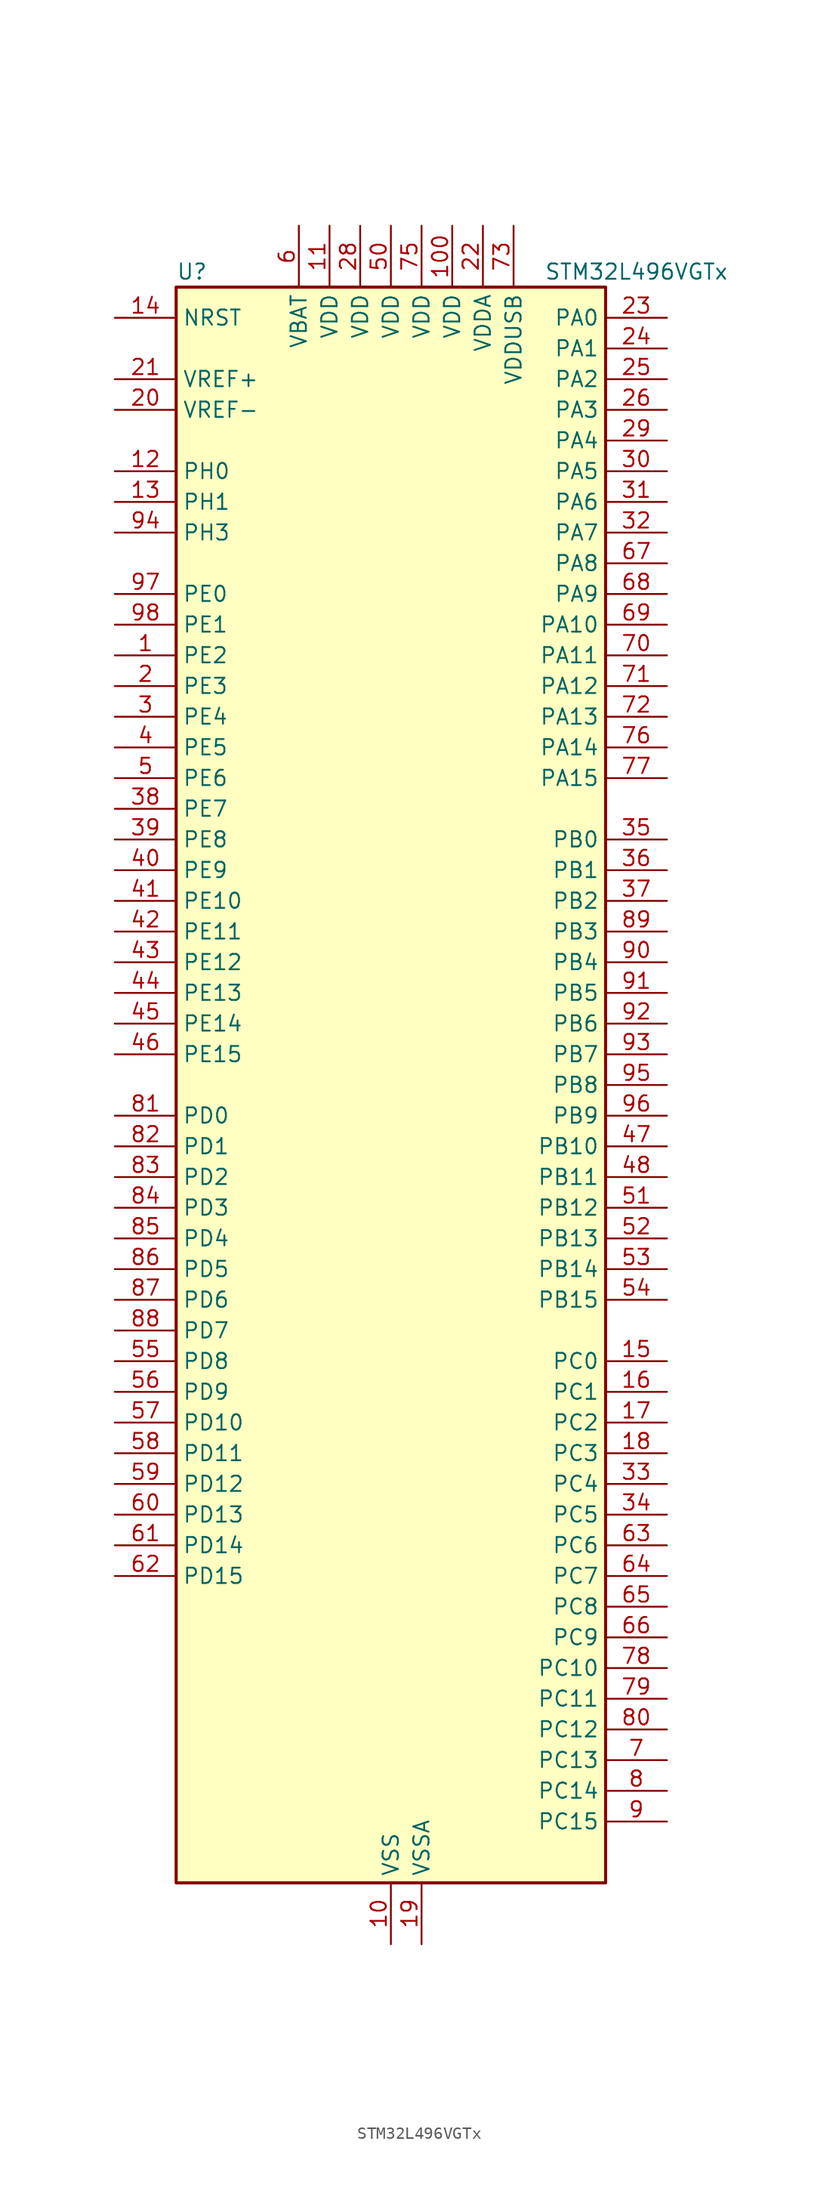
<source format=kicad_sym>
(kicad_symbol_lib
  (version 20231120)
  (generator "kicad_symbol_editor")
  (generator_version "8.0")
  (symbol "STM32L496VGTx"
    (property "Reference" "U"
      (at -17.78 67.31 0)
      (effects (font (size 1.27 1.27)) (justify left)))
    (property "Value" "STM32L496VGTx"
      (at 12.7 67.31 0)
      (effects (font (size 1.27 1.27)) (justify left)))
    (property "ki_locked" ""
      (at 0 0 0)
      (effects (font (size 1.27 1.27))))
    (symbol "STM32L496VGTx_0_1"
      (rectangle (start -17.78 -66.04) (end 17.78 66.04) (stroke (width 0.254) (type default)) (fill (type background))))
    (symbol "STM32L496VGTx_1_1"
      (pin bidirectional line (at -22.86 35.56 0) (length 5.08) (name "PE2" (effects (font (size 1.27 1.27)))) (number "1" (effects (font (size 1.27 1.27)))) (alternate "FMC_A23" bidirectional line) (alternate "LCD_SEG38" bidirectional line) (alternate "SAI1_MCLK_A" bidirectional line) (alternate "SYS_TRACECLK" bidirectional line) (alternate "TIM3_ETR" bidirectional line) (alternate "TSC_G7_IO1" bidirectional line))
      (pin power_in line (at 0 -71.12 90) (length 5.08) (name "VSS" (effects (font (size 1.27 1.27)))) (number "10" (effects (font (size 1.27 1.27)))))
      (pin power_in line (at 5.08 71.12 270) (length 5.08) (name "VDD" (effects (font (size 1.27 1.27)))) (number "100" (effects (font (size 1.27 1.27)))))
      (pin power_in line (at -5.08 71.12 270) (length 5.08) (name "VDD" (effects (font (size 1.27 1.27)))) (number "11" (effects (font (size 1.27 1.27)))))
      (pin bidirectional line (at -22.86 50.8 0) (length 5.08) (name "PH0" (effects (font (size 1.27 1.27)))) (number "12" (effects (font (size 1.27 1.27)))) (alternate "RCC_OSC_IN" bidirectional line))
      (pin bidirectional line (at -22.86 48.26 0) (length 5.08) (name "PH1" (effects (font (size 1.27 1.27)))) (number "13" (effects (font (size 1.27 1.27)))) (alternate "RCC_OSC_OUT" bidirectional line))
      (pin input line (at -22.86 63.5 0) (length 5.08) (name "NRST" (effects (font (size 1.27 1.27)))) (number "14" (effects (font (size 1.27 1.27)))))
      (pin bidirectional line (at 22.86 -22.86 180) (length 5.08) (name "PC0" (effects (font (size 1.27 1.27)))) (number "15" (effects (font (size 1.27 1.27)))) (alternate "ADC1_IN1" bidirectional line) (alternate "ADC2_IN1" bidirectional line) (alternate "ADC3_IN1" bidirectional line) (alternate "DFSDM1_DATIN4" bidirectional line) (alternate "I2C3_SCL" bidirectional line) (alternate "I2C4_SCL" bidirectional line) (alternate "LCD_SEG18" bidirectional line) (alternate "LPTIM1_IN1" bidirectional line) (alternate "LPTIM2_IN1" bidirectional line) (alternate "LPUART1_RX" bidirectional line))
      (pin bidirectional line (at 22.86 -25.4 180) (length 5.08) (name "PC1" (effects (font (size 1.27 1.27)))) (number "16" (effects (font (size 1.27 1.27)))) (alternate "ADC1_IN2" bidirectional line) (alternate "ADC2_IN2" bidirectional line) (alternate "ADC3_IN2" bidirectional line) (alternate "DFSDM1_CKIN4" bidirectional line) (alternate "I2C3_SDA" bidirectional line) (alternate "I2C4_SDA" bidirectional line) (alternate "LCD_SEG19" bidirectional line) (alternate "LPTIM1_OUT" bidirectional line) (alternate "LPUART1_TX" bidirectional line) (alternate "QUADSPI_BK2_IO0" bidirectional line) (alternate "SAI1_SD_A" bidirectional line) (alternate "SPI2_MOSI" bidirectional line) (alternate "SYS_TRACED0" bidirectional line))
      (pin bidirectional line (at 22.86 -27.94 180) (length 5.08) (name "PC2" (effects (font (size 1.27 1.27)))) (number "17" (effects (font (size 1.27 1.27)))) (alternate "ADC1_IN3" bidirectional line) (alternate "ADC2_IN3" bidirectional line) (alternate "ADC3_IN3" bidirectional line) (alternate "DFSDM1_CKOUT" bidirectional line) (alternate "LCD_SEG20" bidirectional line) (alternate "LPTIM1_IN2" bidirectional line) (alternate "QUADSPI_BK2_IO1" bidirectional line) (alternate "SPI2_MISO" bidirectional line))
      (pin bidirectional line (at 22.86 -30.48 180) (length 5.08) (name "PC3" (effects (font (size 1.27 1.27)))) (number "18" (effects (font (size 1.27 1.27)))) (alternate "ADC1_IN4" bidirectional line) (alternate "ADC2_IN4" bidirectional line) (alternate "ADC3_IN4" bidirectional line) (alternate "LCD_VLCD" bidirectional line) (alternate "LPTIM1_ETR" bidirectional line) (alternate "LPTIM2_ETR" bidirectional line) (alternate "QUADSPI_BK2_IO2" bidirectional line) (alternate "SAI1_SD_A" bidirectional line) (alternate "SPI2_MOSI" bidirectional line))
      (pin power_in line (at 2.54 -71.12 90) (length 5.08) (name "VSSA" (effects (font (size 1.27 1.27)))) (number "19" (effects (font (size 1.27 1.27)))))
      (pin bidirectional line (at -22.86 33.02 0) (length 5.08) (name "PE3" (effects (font (size 1.27 1.27)))) (number "2" (effects (font (size 1.27 1.27)))) (alternate "FMC_A19" bidirectional line) (alternate "LCD_SEG39" bidirectional line) (alternate "SAI1_SD_B" bidirectional line) (alternate "SYS_TRACED0" bidirectional line) (alternate "TIM3_CH1" bidirectional line) (alternate "TSC_G7_IO2" bidirectional line))
      (pin input line (at -22.86 55.88 0) (length 5.08) (name "VREF-" (effects (font (size 1.27 1.27)))) (number "20" (effects (font (size 1.27 1.27)))))
      (pin input line (at -22.86 58.42 0) (length 5.08) (name "VREF+" (effects (font (size 1.27 1.27)))) (number "21" (effects (font (size 1.27 1.27)))) (alternate "VREFBUF_OUT" bidirectional line))
      (pin power_in line (at 7.62 71.12 270) (length 5.08) (name "VDDA" (effects (font (size 1.27 1.27)))) (number "22" (effects (font (size 1.27 1.27)))))
      (pin bidirectional line (at 22.86 63.5 180) (length 5.08) (name "PA0" (effects (font (size 1.27 1.27)))) (number "23" (effects (font (size 1.27 1.27)))) (alternate "ADC1_IN5" bidirectional line) (alternate "ADC2_IN5" bidirectional line) (alternate "OPAMP1_VINP" bidirectional line) (alternate "RTC_TAMP2" bidirectional line) (alternate "SAI1_EXTCLK" bidirectional line) (alternate "SYS_WKUP1" bidirectional line) (alternate "TIM2_CH1" bidirectional line) (alternate "TIM2_ETR" bidirectional line) (alternate "TIM5_CH1" bidirectional line) (alternate "TIM8_ETR" bidirectional line) (alternate "UART4_TX" bidirectional line) (alternate "USART2_CTS" bidirectional line))
      (pin bidirectional line (at 22.86 60.96 180) (length 5.08) (name "PA1" (effects (font (size 1.27 1.27)))) (number "24" (effects (font (size 1.27 1.27)))) (alternate "ADC1_IN6" bidirectional line) (alternate "ADC2_IN6" bidirectional line) (alternate "I2C1_SMBA" bidirectional line) (alternate "LCD_SEG0" bidirectional line) (alternate "OPAMP1_VINM" bidirectional line) (alternate "SPI1_SCK" bidirectional line) (alternate "TIM15_CH1N" bidirectional line) (alternate "TIM2_CH2" bidirectional line) (alternate "TIM5_CH2" bidirectional line) (alternate "UART4_RX" bidirectional line) (alternate "USART2_DE" bidirectional line) (alternate "USART2_RTS" bidirectional line))
      (pin bidirectional line (at 22.86 58.42 180) (length 5.08) (name "PA2" (effects (font (size 1.27 1.27)))) (number "25" (effects (font (size 1.27 1.27)))) (alternate "ADC1_IN7" bidirectional line) (alternate "ADC2_IN7" bidirectional line) (alternate "LCD_SEG1" bidirectional line) (alternate "LPUART1_TX" bidirectional line) (alternate "QUADSPI_BK1_NCS" bidirectional line) (alternate "RCC_LSCO" bidirectional line) (alternate "SAI2_EXTCLK" bidirectional line) (alternate "SYS_WKUP4" bidirectional line) (alternate "TIM15_CH1" bidirectional line) (alternate "TIM2_CH3" bidirectional line) (alternate "TIM5_CH3" bidirectional line) (alternate "USART2_TX" bidirectional line))
      (pin bidirectional line (at 22.86 55.88 180) (length 5.08) (name "PA3" (effects (font (size 1.27 1.27)))) (number "26" (effects (font (size 1.27 1.27)))) (alternate "ADC1_IN8" bidirectional line) (alternate "ADC2_IN8" bidirectional line) (alternate "LCD_SEG2" bidirectional line) (alternate "LPUART1_RX" bidirectional line) (alternate "OPAMP1_VOUT" bidirectional line) (alternate "QUADSPI_CLK" bidirectional line) (alternate "SAI1_MCLK_A" bidirectional line) (alternate "TIM15_CH2" bidirectional line) (alternate "TIM2_CH4" bidirectional line) (alternate "TIM5_CH4" bidirectional line) (alternate "USART2_RX" bidirectional line))
      (pin passive line (at 0 -71.12 90) (length 5.08) hide (name "VSS" (effects (font (size 1.27 1.27)))) (number "27" (effects (font (size 1.27 1.27)))))
      (pin power_in line (at -2.54 71.12 270) (length 5.08) (name "VDD" (effects (font (size 1.27 1.27)))) (number "28" (effects (font (size 1.27 1.27)))))
      (pin bidirectional line (at 22.86 53.34 180) (length 5.08) (name "PA4" (effects (font (size 1.27 1.27)))) (number "29" (effects (font (size 1.27 1.27)))) (alternate "ADC1_IN9" bidirectional line) (alternate "ADC2_IN9" bidirectional line) (alternate "DAC1_OUT1" bidirectional line) (alternate "DCMI_HSYNC" bidirectional line) (alternate "LPTIM2_OUT" bidirectional line) (alternate "SAI1_FS_B" bidirectional line) (alternate "SPI1_NSS" bidirectional line) (alternate "SPI3_NSS" bidirectional line) (alternate "USART2_CK" bidirectional line))
      (pin bidirectional line (at -22.86 30.48 0) (length 5.08) (name "PE4" (effects (font (size 1.27 1.27)))) (number "3" (effects (font (size 1.27 1.27)))) (alternate "DCMI_D4" bidirectional line) (alternate "DFSDM1_DATIN3" bidirectional line) (alternate "FMC_A20" bidirectional line) (alternate "SAI1_FS_A" bidirectional line) (alternate "SYS_TRACED1" bidirectional line) (alternate "TIM3_CH2" bidirectional line) (alternate "TSC_G7_IO3" bidirectional line))
      (pin bidirectional line (at 22.86 50.8 180) (length 5.08) (name "PA5" (effects (font (size 1.27 1.27)))) (number "30" (effects (font (size 1.27 1.27)))) (alternate "ADC1_IN10" bidirectional line) (alternate "ADC2_IN10" bidirectional line) (alternate "DAC1_OUT2" bidirectional line) (alternate "LPTIM2_ETR" bidirectional line) (alternate "SPI1_SCK" bidirectional line) (alternate "TIM2_CH1" bidirectional line) (alternate "TIM2_ETR" bidirectional line) (alternate "TIM8_CH1N" bidirectional line))
      (pin bidirectional line (at 22.86 48.26 180) (length 5.08) (name "PA6" (effects (font (size 1.27 1.27)))) (number "31" (effects (font (size 1.27 1.27)))) (alternate "ADC1_IN11" bidirectional line) (alternate "ADC2_IN11" bidirectional line) (alternate "DCMI_PIXCLK" bidirectional line) (alternate "LCD_SEG3" bidirectional line) (alternate "LPUART1_CTS" bidirectional line) (alternate "OPAMP2_VINP" bidirectional line) (alternate "QUADSPI_BK1_IO3" bidirectional line) (alternate "SPI1_MISO" bidirectional line) (alternate "TIM16_CH1" bidirectional line) (alternate "TIM1_BKIN" bidirectional line) (alternate "TIM1_BKIN_COMP2" bidirectional line) (alternate "TIM3_CH1" bidirectional line) (alternate "TIM8_BKIN" bidirectional line) (alternate "TIM8_BKIN_COMP2" bidirectional line) (alternate "USART3_CTS" bidirectional line))
      (pin bidirectional line (at 22.86 45.72 180) (length 5.08) (name "PA7" (effects (font (size 1.27 1.27)))) (number "32" (effects (font (size 1.27 1.27)))) (alternate "ADC1_IN12" bidirectional line) (alternate "ADC2_IN12" bidirectional line) (alternate "I2C3_SCL" bidirectional line) (alternate "LCD_SEG4" bidirectional line) (alternate "OPAMP2_VINM" bidirectional line) (alternate "QUADSPI_BK1_IO2" bidirectional line) (alternate "SPI1_MOSI" bidirectional line) (alternate "TIM17_CH1" bidirectional line) (alternate "TIM1_CH1N" bidirectional line) (alternate "TIM3_CH2" bidirectional line) (alternate "TIM8_CH1N" bidirectional line))
      (pin bidirectional line (at 22.86 -33.02 180) (length 5.08) (name "PC4" (effects (font (size 1.27 1.27)))) (number "33" (effects (font (size 1.27 1.27)))) (alternate "ADC1_IN13" bidirectional line) (alternate "ADC2_IN13" bidirectional line) (alternate "COMP1_INM" bidirectional line) (alternate "LCD_SEG22" bidirectional line) (alternate "QUADSPI_BK2_IO3" bidirectional line) (alternate "USART3_TX" bidirectional line))
      (pin bidirectional line (at 22.86 -35.56 180) (length 5.08) (name "PC5" (effects (font (size 1.27 1.27)))) (number "34" (effects (font (size 1.27 1.27)))) (alternate "ADC1_IN14" bidirectional line) (alternate "ADC2_IN14" bidirectional line) (alternate "COMP1_INP" bidirectional line) (alternate "LCD_SEG23" bidirectional line) (alternate "SYS_WKUP5" bidirectional line) (alternate "USART3_RX" bidirectional line))
      (pin bidirectional line (at 22.86 20.32 180) (length 5.08) (name "PB0" (effects (font (size 1.27 1.27)))) (number "35" (effects (font (size 1.27 1.27)))) (alternate "ADC1_IN15" bidirectional line) (alternate "ADC2_IN15" bidirectional line) (alternate "COMP1_OUT" bidirectional line) (alternate "LCD_SEG5" bidirectional line) (alternate "OPAMP2_VOUT" bidirectional line) (alternate "QUADSPI_BK1_IO1" bidirectional line) (alternate "SAI1_EXTCLK" bidirectional line) (alternate "SPI1_NSS" bidirectional line) (alternate "TIM1_CH2N" bidirectional line) (alternate "TIM3_CH3" bidirectional line) (alternate "TIM8_CH2N" bidirectional line) (alternate "USART3_CK" bidirectional line))
      (pin bidirectional line (at 22.86 17.78 180) (length 5.08) (name "PB1" (effects (font (size 1.27 1.27)))) (number "36" (effects (font (size 1.27 1.27)))) (alternate "ADC1_IN16" bidirectional line) (alternate "ADC2_IN16" bidirectional line) (alternate "COMP1_INM" bidirectional line) (alternate "DFSDM1_DATIN0" bidirectional line) (alternate "LCD_SEG6" bidirectional line) (alternate "LPTIM2_IN1" bidirectional line) (alternate "LPUART1_DE" bidirectional line) (alternate "LPUART1_RTS" bidirectional line) (alternate "QUADSPI_BK1_IO0" bidirectional line) (alternate "TIM1_CH3N" bidirectional line) (alternate "TIM3_CH4" bidirectional line) (alternate "TIM8_CH3N" bidirectional line) (alternate "USART3_DE" bidirectional line) (alternate "USART3_RTS" bidirectional line))
      (pin bidirectional line (at 22.86 15.24 180) (length 5.08) (name "PB2" (effects (font (size 1.27 1.27)))) (number "37" (effects (font (size 1.27 1.27)))) (alternate "COMP1_INP" bidirectional line) (alternate "DFSDM1_CKIN0" bidirectional line) (alternate "I2C3_SMBA" bidirectional line) (alternate "LCD_VLCD" bidirectional line) (alternate "LPTIM1_OUT" bidirectional line) (alternate "RTC_OUT_ALARM" bidirectional line) (alternate "RTC_OUT_CALIB" bidirectional line))
      (pin bidirectional line (at -22.86 22.86 0) (length 5.08) (name "PE7" (effects (font (size 1.27 1.27)))) (number "38" (effects (font (size 1.27 1.27)))) (alternate "DFSDM1_DATIN2" bidirectional line) (alternate "FMC_D4" bidirectional line) (alternate "FMC_DA4" bidirectional line) (alternate "SAI1_SD_B" bidirectional line) (alternate "TIM1_ETR" bidirectional line))
      (pin bidirectional line (at -22.86 20.32 0) (length 5.08) (name "PE8" (effects (font (size 1.27 1.27)))) (number "39" (effects (font (size 1.27 1.27)))) (alternate "DFSDM1_CKIN2" bidirectional line) (alternate "FMC_D5" bidirectional line) (alternate "FMC_DA5" bidirectional line) (alternate "SAI1_SCK_B" bidirectional line) (alternate "TIM1_CH1N" bidirectional line))
      (pin bidirectional line (at -22.86 27.94 0) (length 5.08) (name "PE5" (effects (font (size 1.27 1.27)))) (number "4" (effects (font (size 1.27 1.27)))) (alternate "DCMI_D6" bidirectional line) (alternate "DFSDM1_CKIN3" bidirectional line) (alternate "FMC_A21" bidirectional line) (alternate "SAI1_SCK_A" bidirectional line) (alternate "SYS_TRACED2" bidirectional line) (alternate "TIM3_CH3" bidirectional line) (alternate "TSC_G7_IO4" bidirectional line))
      (pin bidirectional line (at -22.86 17.78 0) (length 5.08) (name "PE9" (effects (font (size 1.27 1.27)))) (number "40" (effects (font (size 1.27 1.27)))) (alternate "DAC1_EXTI9" bidirectional line) (alternate "DFSDM1_CKOUT" bidirectional line) (alternate "FMC_D6" bidirectional line) (alternate "FMC_DA6" bidirectional line) (alternate "SAI1_FS_B" bidirectional line) (alternate "TIM1_CH1" bidirectional line))
      (pin bidirectional line (at -22.86 15.24 0) (length 5.08) (name "PE10" (effects (font (size 1.27 1.27)))) (number "41" (effects (font (size 1.27 1.27)))) (alternate "DFSDM1_DATIN4" bidirectional line) (alternate "FMC_D7" bidirectional line) (alternate "FMC_DA7" bidirectional line) (alternate "QUADSPI_CLK" bidirectional line) (alternate "SAI1_MCLK_B" bidirectional line) (alternate "TIM1_CH2N" bidirectional line) (alternate "TSC_G5_IO1" bidirectional line))
      (pin bidirectional line (at -22.86 12.7 0) (length 5.08) (name "PE11" (effects (font (size 1.27 1.27)))) (number "42" (effects (font (size 1.27 1.27)))) (alternate "ADC1_EXTI11" bidirectional line) (alternate "ADC2_EXTI11" bidirectional line) (alternate "ADC3_EXTI11" bidirectional line) (alternate "DFSDM1_CKIN4" bidirectional line) (alternate "FMC_D8" bidirectional line) (alternate "FMC_DA8" bidirectional line) (alternate "QUADSPI_BK1_NCS" bidirectional line) (alternate "TIM1_CH2" bidirectional line) (alternate "TSC_G5_IO2" bidirectional line))
      (pin bidirectional line (at -22.86 10.16 0) (length 5.08) (name "PE12" (effects (font (size 1.27 1.27)))) (number "43" (effects (font (size 1.27 1.27)))) (alternate "DFSDM1_DATIN5" bidirectional line) (alternate "FMC_D9" bidirectional line) (alternate "FMC_DA9" bidirectional line) (alternate "QUADSPI_BK1_IO0" bidirectional line) (alternate "SPI1_NSS" bidirectional line) (alternate "TIM1_CH3N" bidirectional line) (alternate "TSC_G5_IO3" bidirectional line))
      (pin bidirectional line (at -22.86 7.62 0) (length 5.08) (name "PE13" (effects (font (size 1.27 1.27)))) (number "44" (effects (font (size 1.27 1.27)))) (alternate "DFSDM1_CKIN5" bidirectional line) (alternate "FMC_D10" bidirectional line) (alternate "FMC_DA10" bidirectional line) (alternate "QUADSPI_BK1_IO1" bidirectional line) (alternate "SPI1_SCK" bidirectional line) (alternate "TIM1_CH3" bidirectional line) (alternate "TSC_G5_IO4" bidirectional line))
      (pin bidirectional line (at -22.86 5.08 0) (length 5.08) (name "PE14" (effects (font (size 1.27 1.27)))) (number "45" (effects (font (size 1.27 1.27)))) (alternate "FMC_D11" bidirectional line) (alternate "FMC_DA11" bidirectional line) (alternate "QUADSPI_BK1_IO2" bidirectional line) (alternate "SPI1_MISO" bidirectional line) (alternate "TIM1_BKIN2" bidirectional line) (alternate "TIM1_BKIN2_COMP2" bidirectional line) (alternate "TIM1_CH4" bidirectional line))
      (pin bidirectional line (at -22.86 2.54 0) (length 5.08) (name "PE15" (effects (font (size 1.27 1.27)))) (number "46" (effects (font (size 1.27 1.27)))) (alternate "ADC1_EXTI15" bidirectional line) (alternate "ADC2_EXTI15" bidirectional line) (alternate "ADC3_EXTI15" bidirectional line) (alternate "FMC_D12" bidirectional line) (alternate "FMC_DA12" bidirectional line) (alternate "QUADSPI_BK1_IO3" bidirectional line) (alternate "SPI1_MOSI" bidirectional line) (alternate "TIM1_BKIN" bidirectional line) (alternate "TIM1_BKIN_COMP1" bidirectional line))
      (pin bidirectional line (at 22.86 -5.08 180) (length 5.08) (name "PB10" (effects (font (size 1.27 1.27)))) (number "47" (effects (font (size 1.27 1.27)))) (alternate "COMP1_OUT" bidirectional line) (alternate "DFSDM1_DATIN7" bidirectional line) (alternate "I2C2_SCL" bidirectional line) (alternate "I2C4_SCL" bidirectional line) (alternate "LCD_SEG10" bidirectional line) (alternate "LPUART1_RX" bidirectional line) (alternate "QUADSPI_CLK" bidirectional line) (alternate "SAI1_SCK_A" bidirectional line) (alternate "SPI2_SCK" bidirectional line) (alternate "TIM2_CH3" bidirectional line) (alternate "TSC_SYNC" bidirectional line) (alternate "USART3_TX" bidirectional line))
      (pin bidirectional line (at 22.86 -7.62 180) (length 5.08) (name "PB11" (effects (font (size 1.27 1.27)))) (number "48" (effects (font (size 1.27 1.27)))) (alternate "ADC1_EXTI11" bidirectional line) (alternate "ADC2_EXTI11" bidirectional line) (alternate "ADC3_EXTI11" bidirectional line) (alternate "COMP2_OUT" bidirectional line) (alternate "DFSDM1_CKIN7" bidirectional line) (alternate "I2C2_SDA" bidirectional line) (alternate "I2C4_SDA" bidirectional line) (alternate "LCD_SEG11" bidirectional line) (alternate "LPUART1_TX" bidirectional line) (alternate "QUADSPI_BK1_NCS" bidirectional line) (alternate "TIM2_CH4" bidirectional line) (alternate "USART3_RX" bidirectional line))
      (pin passive line (at 0 -71.12 90) (length 5.08) hide (name "VSS" (effects (font (size 1.27 1.27)))) (number "49" (effects (font (size 1.27 1.27)))))
      (pin bidirectional line (at -22.86 25.4 0) (length 5.08) (name "PE6" (effects (font (size 1.27 1.27)))) (number "5" (effects (font (size 1.27 1.27)))) (alternate "DCMI_D7" bidirectional line) (alternate "FMC_A22" bidirectional line) (alternate "RTC_TAMP3" bidirectional line) (alternate "SAI1_SD_A" bidirectional line) (alternate "SYS_TRACED3" bidirectional line) (alternate "SYS_WKUP3" bidirectional line) (alternate "TIM3_CH4" bidirectional line))
      (pin power_in line (at 0 71.12 270) (length 5.08) (name "VDD" (effects (font (size 1.27 1.27)))) (number "50" (effects (font (size 1.27 1.27)))))
      (pin bidirectional line (at 22.86 -10.16 180) (length 5.08) (name "PB12" (effects (font (size 1.27 1.27)))) (number "51" (effects (font (size 1.27 1.27)))) (alternate "CAN2_RX" bidirectional line) (alternate "DFSDM1_DATIN1" bidirectional line) (alternate "I2C2_SMBA" bidirectional line) (alternate "LCD_SEG12" bidirectional line) (alternate "LPUART1_DE" bidirectional line) (alternate "LPUART1_RTS" bidirectional line) (alternate "SAI2_FS_A" bidirectional line) (alternate "SPI2_NSS" bidirectional line) (alternate "SWPMI1_IO" bidirectional line) (alternate "TIM15_BKIN" bidirectional line) (alternate "TIM1_BKIN" bidirectional line) (alternate "TIM1_BKIN_COMP2" bidirectional line) (alternate "TSC_G1_IO1" bidirectional line) (alternate "USART3_CK" bidirectional line))
      (pin bidirectional line (at 22.86 -12.7 180) (length 5.08) (name "PB13" (effects (font (size 1.27 1.27)))) (number "52" (effects (font (size 1.27 1.27)))) (alternate "CAN2_TX" bidirectional line) (alternate "DFSDM1_CKIN1" bidirectional line) (alternate "I2C2_SCL" bidirectional line) (alternate "LCD_SEG13" bidirectional line) (alternate "LPUART1_CTS" bidirectional line) (alternate "SAI2_SCK_A" bidirectional line) (alternate "SPI2_SCK" bidirectional line) (alternate "SWPMI1_TX" bidirectional line) (alternate "TIM15_CH1N" bidirectional line) (alternate "TIM1_CH1N" bidirectional line) (alternate "TSC_G1_IO2" bidirectional line) (alternate "USART3_CTS" bidirectional line))
      (pin bidirectional line (at 22.86 -15.24 180) (length 5.08) (name "PB14" (effects (font (size 1.27 1.27)))) (number "53" (effects (font (size 1.27 1.27)))) (alternate "DFSDM1_DATIN2" bidirectional line) (alternate "I2C2_SDA" bidirectional line) (alternate "LCD_SEG14" bidirectional line) (alternate "SAI2_MCLK_A" bidirectional line) (alternate "SPI2_MISO" bidirectional line) (alternate "SWPMI1_RX" bidirectional line) (alternate "TIM15_CH1" bidirectional line) (alternate "TIM1_CH2N" bidirectional line) (alternate "TIM8_CH2N" bidirectional line) (alternate "TSC_G1_IO3" bidirectional line) (alternate "USART3_DE" bidirectional line) (alternate "USART3_RTS" bidirectional line))
      (pin bidirectional line (at 22.86 -17.78 180) (length 5.08) (name "PB15" (effects (font (size 1.27 1.27)))) (number "54" (effects (font (size 1.27 1.27)))) (alternate "ADC1_EXTI15" bidirectional line) (alternate "ADC2_EXTI15" bidirectional line) (alternate "ADC3_EXTI15" bidirectional line) (alternate "DFSDM1_CKIN2" bidirectional line) (alternate "LCD_SEG15" bidirectional line) (alternate "RTC_REFIN" bidirectional line) (alternate "SAI2_SD_A" bidirectional line) (alternate "SPI2_MOSI" bidirectional line) (alternate "SWPMI1_SUSPEND" bidirectional line) (alternate "TIM15_CH2" bidirectional line) (alternate "TIM1_CH3N" bidirectional line) (alternate "TIM8_CH3N" bidirectional line) (alternate "TSC_G1_IO4" bidirectional line))
      (pin bidirectional line (at -22.86 -22.86 0) (length 5.08) (name "PD8" (effects (font (size 1.27 1.27)))) (number "55" (effects (font (size 1.27 1.27)))) (alternate "DCMI_HSYNC" bidirectional line) (alternate "FMC_D13" bidirectional line) (alternate "FMC_DA13" bidirectional line) (alternate "LCD_SEG28" bidirectional line) (alternate "USART3_TX" bidirectional line))
      (pin bidirectional line (at -22.86 -25.4 0) (length 5.08) (name "PD9" (effects (font (size 1.27 1.27)))) (number "56" (effects (font (size 1.27 1.27)))) (alternate "DAC1_EXTI9" bidirectional line) (alternate "DCMI_PIXCLK" bidirectional line) (alternate "FMC_D14" bidirectional line) (alternate "FMC_DA14" bidirectional line) (alternate "LCD_SEG29" bidirectional line) (alternate "SAI2_MCLK_A" bidirectional line) (alternate "USART3_RX" bidirectional line))
      (pin bidirectional line (at -22.86 -27.94 0) (length 5.08) (name "PD10" (effects (font (size 1.27 1.27)))) (number "57" (effects (font (size 1.27 1.27)))) (alternate "FMC_D15" bidirectional line) (alternate "FMC_DA15" bidirectional line) (alternate "LCD_SEG30" bidirectional line) (alternate "SAI2_SCK_A" bidirectional line) (alternate "TSC_G6_IO1" bidirectional line) (alternate "USART3_CK" bidirectional line))
      (pin bidirectional line (at -22.86 -30.48 0) (length 5.08) (name "PD11" (effects (font (size 1.27 1.27)))) (number "58" (effects (font (size 1.27 1.27)))) (alternate "ADC1_EXTI11" bidirectional line) (alternate "ADC2_EXTI11" bidirectional line) (alternate "ADC3_EXTI11" bidirectional line) (alternate "FMC_A16" bidirectional line) (alternate "FMC_CLE" bidirectional line) (alternate "I2C4_SMBA" bidirectional line) (alternate "LCD_SEG31" bidirectional line) (alternate "LPTIM2_ETR" bidirectional line) (alternate "SAI2_SD_A" bidirectional line) (alternate "TSC_G6_IO2" bidirectional line) (alternate "USART3_CTS" bidirectional line))
      (pin bidirectional line (at -22.86 -33.02 0) (length 5.08) (name "PD12" (effects (font (size 1.27 1.27)))) (number "59" (effects (font (size 1.27 1.27)))) (alternate "FMC_A17" bidirectional line) (alternate "FMC_ALE" bidirectional line) (alternate "I2C4_SCL" bidirectional line) (alternate "LCD_SEG32" bidirectional line) (alternate "LPTIM2_IN1" bidirectional line) (alternate "SAI2_FS_A" bidirectional line) (alternate "TIM4_CH1" bidirectional line) (alternate "TSC_G6_IO3" bidirectional line) (alternate "USART3_DE" bidirectional line) (alternate "USART3_RTS" bidirectional line))
      (pin power_in line (at -7.62 71.12 270) (length 5.08) (name "VBAT" (effects (font (size 1.27 1.27)))) (number "6" (effects (font (size 1.27 1.27)))))
      (pin bidirectional line (at -22.86 -35.56 0) (length 5.08) (name "PD13" (effects (font (size 1.27 1.27)))) (number "60" (effects (font (size 1.27 1.27)))) (alternate "FMC_A18" bidirectional line) (alternate "I2C4_SDA" bidirectional line) (alternate "LCD_SEG33" bidirectional line) (alternate "LPTIM2_OUT" bidirectional line) (alternate "TIM4_CH2" bidirectional line) (alternate "TSC_G6_IO4" bidirectional line))
      (pin bidirectional line (at -22.86 -38.1 0) (length 5.08) (name "PD14" (effects (font (size 1.27 1.27)))) (number "61" (effects (font (size 1.27 1.27)))) (alternate "FMC_D0" bidirectional line) (alternate "FMC_DA0" bidirectional line) (alternate "LCD_SEG34" bidirectional line) (alternate "TIM4_CH3" bidirectional line))
      (pin bidirectional line (at -22.86 -40.64 0) (length 5.08) (name "PD15" (effects (font (size 1.27 1.27)))) (number "62" (effects (font (size 1.27 1.27)))) (alternate "ADC1_EXTI15" bidirectional line) (alternate "ADC2_EXTI15" bidirectional line) (alternate "ADC3_EXTI15" bidirectional line) (alternate "FMC_D1" bidirectional line) (alternate "FMC_DA1" bidirectional line) (alternate "LCD_SEG35" bidirectional line) (alternate "TIM4_CH4" bidirectional line))
      (pin bidirectional line (at 22.86 -38.1 180) (length 5.08) (name "PC6" (effects (font (size 1.27 1.27)))) (number "63" (effects (font (size 1.27 1.27)))) (alternate "DCMI_D0" bidirectional line) (alternate "DFSDM1_CKIN3" bidirectional line) (alternate "LCD_SEG24" bidirectional line) (alternate "SAI2_MCLK_A" bidirectional line) (alternate "SDMMC1_D6" bidirectional line) (alternate "TIM3_CH1" bidirectional line) (alternate "TIM8_CH1" bidirectional line) (alternate "TSC_G4_IO1" bidirectional line))
      (pin bidirectional line (at 22.86 -40.64 180) (length 5.08) (name "PC7" (effects (font (size 1.27 1.27)))) (number "64" (effects (font (size 1.27 1.27)))) (alternate "DCMI_D1" bidirectional line) (alternate "DFSDM1_DATIN3" bidirectional line) (alternate "LCD_SEG25" bidirectional line) (alternate "SAI2_MCLK_B" bidirectional line) (alternate "SDMMC1_D7" bidirectional line) (alternate "TIM3_CH2" bidirectional line) (alternate "TIM8_CH2" bidirectional line) (alternate "TSC_G4_IO2" bidirectional line))
      (pin bidirectional line (at 22.86 -43.18 180) (length 5.08) (name "PC8" (effects (font (size 1.27 1.27)))) (number "65" (effects (font (size 1.27 1.27)))) (alternate "DCMI_D2" bidirectional line) (alternate "LCD_SEG26" bidirectional line) (alternate "SDMMC1_D0" bidirectional line) (alternate "TIM3_CH3" bidirectional line) (alternate "TIM8_CH3" bidirectional line) (alternate "TSC_G4_IO3" bidirectional line))
      (pin bidirectional line (at 22.86 -45.72 180) (length 5.08) (name "PC9" (effects (font (size 1.27 1.27)))) (number "66" (effects (font (size 1.27 1.27)))) (alternate "DAC1_EXTI9" bidirectional line) (alternate "DCMI_D3" bidirectional line) (alternate "I2C3_SDA" bidirectional line) (alternate "LCD_SEG27" bidirectional line) (alternate "SAI2_EXTCLK" bidirectional line) (alternate "SDMMC1_D1" bidirectional line) (alternate "TIM3_CH4" bidirectional line) (alternate "TIM8_BKIN2" bidirectional line) (alternate "TIM8_BKIN2_COMP1" bidirectional line) (alternate "TIM8_CH4" bidirectional line) (alternate "TSC_G4_IO4" bidirectional line) (alternate "USB_OTG_FS_NOE" bidirectional line))
      (pin bidirectional line (at 22.86 43.18 180) (length 5.08) (name "PA8" (effects (font (size 1.27 1.27)))) (number "67" (effects (font (size 1.27 1.27)))) (alternate "LCD_COM0" bidirectional line) (alternate "LPTIM2_OUT" bidirectional line) (alternate "RCC_MCO" bidirectional line) (alternate "SAI1_SCK_A" bidirectional line) (alternate "SWPMI1_IO" bidirectional line) (alternate "TIM1_CH1" bidirectional line) (alternate "USART1_CK" bidirectional line) (alternate "USB_OTG_FS_SOF" bidirectional line))
      (pin bidirectional line (at 22.86 40.64 180) (length 5.08) (name "PA9" (effects (font (size 1.27 1.27)))) (number "68" (effects (font (size 1.27 1.27)))) (alternate "DAC1_EXTI9" bidirectional line) (alternate "DCMI_D0" bidirectional line) (alternate "LCD_COM1" bidirectional line) (alternate "SAI1_FS_A" bidirectional line) (alternate "SPI2_SCK" bidirectional line) (alternate "TIM15_BKIN" bidirectional line) (alternate "TIM1_CH2" bidirectional line) (alternate "USART1_TX" bidirectional line) (alternate "USB_OTG_FS_VBUS" bidirectional line))
      (pin bidirectional line (at 22.86 38.1 180) (length 5.08) (name "PA10" (effects (font (size 1.27 1.27)))) (number "69" (effects (font (size 1.27 1.27)))) (alternate "DCMI_D1" bidirectional line) (alternate "LCD_COM2" bidirectional line) (alternate "SAI1_SD_A" bidirectional line) (alternate "TIM17_BKIN" bidirectional line) (alternate "TIM1_CH3" bidirectional line) (alternate "USART1_RX" bidirectional line) (alternate "USB_OTG_FS_ID" bidirectional line))
      (pin bidirectional line (at 22.86 -55.88 180) (length 5.08) (name "PC13" (effects (font (size 1.27 1.27)))) (number "7" (effects (font (size 1.27 1.27)))) (alternate "RTC_OUT_ALARM" bidirectional line) (alternate "RTC_OUT_CALIB" bidirectional line) (alternate "RTC_TAMP1" bidirectional line) (alternate "RTC_TS" bidirectional line) (alternate "SYS_WKUP2" bidirectional line))
      (pin bidirectional line (at 22.86 35.56 180) (length 5.08) (name "PA11" (effects (font (size 1.27 1.27)))) (number "70" (effects (font (size 1.27 1.27)))) (alternate "ADC1_EXTI11" bidirectional line) (alternate "ADC2_EXTI11" bidirectional line) (alternate "ADC3_EXTI11" bidirectional line) (alternate "CAN1_RX" bidirectional line) (alternate "SPI1_MISO" bidirectional line) (alternate "TIM1_BKIN2" bidirectional line) (alternate "TIM1_BKIN2_COMP1" bidirectional line) (alternate "TIM1_CH4" bidirectional line) (alternate "USART1_CTS" bidirectional line) (alternate "USB_OTG_FS_DM" bidirectional line))
      (pin bidirectional line (at 22.86 33.02 180) (length 5.08) (name "PA12" (effects (font (size 1.27 1.27)))) (number "71" (effects (font (size 1.27 1.27)))) (alternate "CAN1_TX" bidirectional line) (alternate "SPI1_MOSI" bidirectional line) (alternate "TIM1_ETR" bidirectional line) (alternate "USART1_DE" bidirectional line) (alternate "USART1_RTS" bidirectional line) (alternate "USB_OTG_FS_DP" bidirectional line))
      (pin bidirectional line (at 22.86 30.48 180) (length 5.08) (name "PA13" (effects (font (size 1.27 1.27)))) (number "72" (effects (font (size 1.27 1.27)))) (alternate "IR_OUT" bidirectional line) (alternate "SAI1_SD_B" bidirectional line) (alternate "SWPMI1_TX" bidirectional line) (alternate "SYS_JTMS-SWDIO" bidirectional line) (alternate "USB_OTG_FS_NOE" bidirectional line))
      (pin power_in line (at 10.16 71.12 270) (length 5.08) (name "VDDUSB" (effects (font (size 1.27 1.27)))) (number "73" (effects (font (size 1.27 1.27)))))
      (pin passive line (at 0 -71.12 90) (length 5.08) hide (name "VSS" (effects (font (size 1.27 1.27)))) (number "74" (effects (font (size 1.27 1.27)))))
      (pin power_in line (at 2.54 71.12 270) (length 5.08) (name "VDD" (effects (font (size 1.27 1.27)))) (number "75" (effects (font (size 1.27 1.27)))))
      (pin bidirectional line (at 22.86 27.94 180) (length 5.08) (name "PA14" (effects (font (size 1.27 1.27)))) (number "76" (effects (font (size 1.27 1.27)))) (alternate "I2C1_SMBA" bidirectional line) (alternate "I2C4_SMBA" bidirectional line) (alternate "LPTIM1_OUT" bidirectional line) (alternate "SAI1_FS_B" bidirectional line) (alternate "SWPMI1_RX" bidirectional line) (alternate "SYS_JTCK-SWCLK" bidirectional line) (alternate "USB_OTG_FS_SOF" bidirectional line))
      (pin bidirectional line (at 22.86 25.4 180) (length 5.08) (name "PA15" (effects (font (size 1.27 1.27)))) (number "77" (effects (font (size 1.27 1.27)))) (alternate "ADC1_EXTI15" bidirectional line) (alternate "ADC2_EXTI15" bidirectional line) (alternate "ADC3_EXTI15" bidirectional line) (alternate "LCD_SEG17" bidirectional line) (alternate "SAI2_FS_B" bidirectional line) (alternate "SPI1_NSS" bidirectional line) (alternate "SPI3_NSS" bidirectional line) (alternate "SWPMI1_SUSPEND" bidirectional line) (alternate "SYS_JTDI" bidirectional line) (alternate "TIM2_CH1" bidirectional line) (alternate "TIM2_ETR" bidirectional line) (alternate "TSC_G3_IO1" bidirectional line) (alternate "UART4_DE" bidirectional line) (alternate "UART4_RTS" bidirectional line) (alternate "USART2_RX" bidirectional line) (alternate "USART3_DE" bidirectional line) (alternate "USART3_RTS" bidirectional line))
      (pin bidirectional line (at 22.86 -48.26 180) (length 5.08) (name "PC10" (effects (font (size 1.27 1.27)))) (number "78" (effects (font (size 1.27 1.27)))) (alternate "DCMI_D8" bidirectional line) (alternate "LCD_COM4" bidirectional line) (alternate "LCD_SEG28" bidirectional line) (alternate "LCD_SEG40" bidirectional line) (alternate "SAI2_SCK_B" bidirectional line) (alternate "SDMMC1_D2" bidirectional line) (alternate "SPI3_SCK" bidirectional line) (alternate "SYS_TRACED1" bidirectional line) (alternate "TSC_G3_IO2" bidirectional line) (alternate "UART4_TX" bidirectional line) (alternate "USART3_TX" bidirectional line))
      (pin bidirectional line (at 22.86 -50.8 180) (length 5.08) (name "PC11" (effects (font (size 1.27 1.27)))) (number "79" (effects (font (size 1.27 1.27)))) (alternate "ADC1_EXTI11" bidirectional line) (alternate "ADC2_EXTI11" bidirectional line) (alternate "ADC3_EXTI11" bidirectional line) (alternate "DCMI_D4" bidirectional line) (alternate "LCD_COM5" bidirectional line) (alternate "LCD_SEG29" bidirectional line) (alternate "LCD_SEG41" bidirectional line) (alternate "QUADSPI_BK2_NCS" bidirectional line) (alternate "SAI2_MCLK_B" bidirectional line) (alternate "SDMMC1_D3" bidirectional line) (alternate "SPI3_MISO" bidirectional line) (alternate "TSC_G3_IO3" bidirectional line) (alternate "UART4_RX" bidirectional line) (alternate "USART3_RX" bidirectional line))
      (pin bidirectional line (at 22.86 -58.42 180) (length 5.08) (name "PC14" (effects (font (size 1.27 1.27)))) (number "8" (effects (font (size 1.27 1.27)))) (alternate "RCC_OSC32_IN" bidirectional line))
      (pin bidirectional line (at 22.86 -53.34 180) (length 5.08) (name "PC12" (effects (font (size 1.27 1.27)))) (number "80" (effects (font (size 1.27 1.27)))) (alternate "DCMI_D9" bidirectional line) (alternate "LCD_COM6" bidirectional line) (alternate "LCD_SEG30" bidirectional line) (alternate "LCD_SEG42" bidirectional line) (alternate "SAI2_SD_B" bidirectional line) (alternate "SDMMC1_CK" bidirectional line) (alternate "SPI3_MOSI" bidirectional line) (alternate "SYS_TRACED3" bidirectional line) (alternate "TSC_G3_IO4" bidirectional line) (alternate "UART5_TX" bidirectional line) (alternate "USART3_CK" bidirectional line))
      (pin bidirectional line (at -22.86 -2.54 0) (length 5.08) (name "PD0" (effects (font (size 1.27 1.27)))) (number "81" (effects (font (size 1.27 1.27)))) (alternate "CAN1_RX" bidirectional line) (alternate "DFSDM1_DATIN7" bidirectional line) (alternate "FMC_D2" bidirectional line) (alternate "FMC_DA2" bidirectional line) (alternate "SPI2_NSS" bidirectional line))
      (pin bidirectional line (at -22.86 -5.08 0) (length 5.08) (name "PD1" (effects (font (size 1.27 1.27)))) (number "82" (effects (font (size 1.27 1.27)))) (alternate "CAN1_TX" bidirectional line) (alternate "DFSDM1_CKIN7" bidirectional line) (alternate "FMC_D3" bidirectional line) (alternate "FMC_DA3" bidirectional line) (alternate "SPI2_SCK" bidirectional line))
      (pin bidirectional line (at -22.86 -7.62 0) (length 5.08) (name "PD2" (effects (font (size 1.27 1.27)))) (number "83" (effects (font (size 1.27 1.27)))) (alternate "DCMI_D11" bidirectional line) (alternate "LCD_COM7" bidirectional line) (alternate "LCD_SEG31" bidirectional line) (alternate "LCD_SEG43" bidirectional line) (alternate "SDMMC1_CMD" bidirectional line) (alternate "SYS_TRACED2" bidirectional line) (alternate "TIM3_ETR" bidirectional line) (alternate "TSC_SYNC" bidirectional line) (alternate "UART5_RX" bidirectional line) (alternate "USART3_DE" bidirectional line) (alternate "USART3_RTS" bidirectional line))
      (pin bidirectional line (at -22.86 -10.16 0) (length 5.08) (name "PD3" (effects (font (size 1.27 1.27)))) (number "84" (effects (font (size 1.27 1.27)))) (alternate "DCMI_D5" bidirectional line) (alternate "DFSDM1_DATIN0" bidirectional line) (alternate "FMC_CLK" bidirectional line) (alternate "QUADSPI_BK2_NCS" bidirectional line) (alternate "SPI2_MISO" bidirectional line) (alternate "SPI2_SCK" bidirectional line) (alternate "USART2_CTS" bidirectional line))
      (pin bidirectional line (at -22.86 -12.7 0) (length 5.08) (name "PD4" (effects (font (size 1.27 1.27)))) (number "85" (effects (font (size 1.27 1.27)))) (alternate "DFSDM1_CKIN0" bidirectional line) (alternate "FMC_NOE" bidirectional line) (alternate "QUADSPI_BK2_IO0" bidirectional line) (alternate "SPI2_MOSI" bidirectional line) (alternate "USART2_DE" bidirectional line) (alternate "USART2_RTS" bidirectional line))
      (pin bidirectional line (at -22.86 -15.24 0) (length 5.08) (name "PD5" (effects (font (size 1.27 1.27)))) (number "86" (effects (font (size 1.27 1.27)))) (alternate "FMC_NWE" bidirectional line) (alternate "QUADSPI_BK2_IO1" bidirectional line) (alternate "USART2_TX" bidirectional line))
      (pin bidirectional line (at -22.86 -17.78 0) (length 5.08) (name "PD6" (effects (font (size 1.27 1.27)))) (number "87" (effects (font (size 1.27 1.27)))) (alternate "DCMI_D10" bidirectional line) (alternate "DFSDM1_DATIN1" bidirectional line) (alternate "FMC_NWAIT" bidirectional line) (alternate "QUADSPI_BK2_IO1" bidirectional line) (alternate "QUADSPI_BK2_IO2" bidirectional line) (alternate "SAI1_SD_A" bidirectional line) (alternate "USART2_RX" bidirectional line))
      (pin bidirectional line (at -22.86 -20.32 0) (length 5.08) (name "PD7" (effects (font (size 1.27 1.27)))) (number "88" (effects (font (size 1.27 1.27)))) (alternate "DFSDM1_CKIN1" bidirectional line) (alternate "FMC_NE1" bidirectional line) (alternate "QUADSPI_BK2_IO3" bidirectional line) (alternate "USART2_CK" bidirectional line))
      (pin bidirectional line (at 22.86 12.7 180) (length 5.08) (name "PB3" (effects (font (size 1.27 1.27)))) (number "89" (effects (font (size 1.27 1.27)))) (alternate "COMP2_INM" bidirectional line) (alternate "CRS_SYNC" bidirectional line) (alternate "LCD_SEG7" bidirectional line) (alternate "SAI1_SCK_B" bidirectional line) (alternate "SPI1_SCK" bidirectional line) (alternate "SPI3_SCK" bidirectional line) (alternate "SYS_JTDO-SWO" bidirectional line) (alternate "TIM2_CH2" bidirectional line) (alternate "USART1_DE" bidirectional line) (alternate "USART1_RTS" bidirectional line))
      (pin bidirectional line (at 22.86 -60.96 180) (length 5.08) (name "PC15" (effects (font (size 1.27 1.27)))) (number "9" (effects (font (size 1.27 1.27)))) (alternate "ADC1_EXTI15" bidirectional line) (alternate "ADC2_EXTI15" bidirectional line) (alternate "ADC3_EXTI15" bidirectional line) (alternate "RCC_OSC32_OUT" bidirectional line))
      (pin bidirectional line (at 22.86 10.16 180) (length 5.08) (name "PB4" (effects (font (size 1.27 1.27)))) (number "90" (effects (font (size 1.27 1.27)))) (alternate "COMP2_INP" bidirectional line) (alternate "DCMI_D12" bidirectional line) (alternate "I2C3_SDA" bidirectional line) (alternate "LCD_SEG8" bidirectional line) (alternate "SAI1_MCLK_B" bidirectional line) (alternate "SPI1_MISO" bidirectional line) (alternate "SPI3_MISO" bidirectional line) (alternate "SYS_JTRST" bidirectional line) (alternate "TIM17_BKIN" bidirectional line) (alternate "TIM3_CH1" bidirectional line) (alternate "TSC_G2_IO1" bidirectional line) (alternate "UART5_DE" bidirectional line) (alternate "UART5_RTS" bidirectional line) (alternate "USART1_CTS" bidirectional line))
      (pin bidirectional line (at 22.86 7.62 180) (length 5.08) (name "PB5" (effects (font (size 1.27 1.27)))) (number "91" (effects (font (size 1.27 1.27)))) (alternate "CAN2_RX" bidirectional line) (alternate "COMP2_OUT" bidirectional line) (alternate "DCMI_D10" bidirectional line) (alternate "I2C1_SMBA" bidirectional line) (alternate "LCD_SEG9" bidirectional line) (alternate "LPTIM1_IN1" bidirectional line) (alternate "SAI1_SD_B" bidirectional line) (alternate "SPI1_MOSI" bidirectional line) (alternate "SPI3_MOSI" bidirectional line) (alternate "TIM16_BKIN" bidirectional line) (alternate "TIM3_CH2" bidirectional line) (alternate "TSC_G2_IO2" bidirectional line) (alternate "UART5_CTS" bidirectional line) (alternate "USART1_CK" bidirectional line))
      (pin bidirectional line (at 22.86 5.08 180) (length 5.08) (name "PB6" (effects (font (size 1.27 1.27)))) (number "92" (effects (font (size 1.27 1.27)))) (alternate "CAN2_TX" bidirectional line) (alternate "COMP2_INP" bidirectional line) (alternate "DCMI_D5" bidirectional line) (alternate "DFSDM1_DATIN5" bidirectional line) (alternate "I2C1_SCL" bidirectional line) (alternate "I2C4_SCL" bidirectional line) (alternate "LPTIM1_ETR" bidirectional line) (alternate "SAI1_FS_B" bidirectional line) (alternate "TIM16_CH1N" bidirectional line) (alternate "TIM4_CH1" bidirectional line) (alternate "TIM8_BKIN2" bidirectional line) (alternate "TIM8_BKIN2_COMP2" bidirectional line) (alternate "TSC_G2_IO3" bidirectional line) (alternate "USART1_TX" bidirectional line))
      (pin bidirectional line (at 22.86 2.54 180) (length 5.08) (name "PB7" (effects (font (size 1.27 1.27)))) (number "93" (effects (font (size 1.27 1.27)))) (alternate "COMP2_INM" bidirectional line) (alternate "DCMI_VSYNC" bidirectional line) (alternate "DFSDM1_CKIN5" bidirectional line) (alternate "FMC_NL" bidirectional line) (alternate "I2C1_SDA" bidirectional line) (alternate "I2C4_SDA" bidirectional line) (alternate "LCD_SEG21" bidirectional line) (alternate "LPTIM1_IN2" bidirectional line) (alternate "SYS_PVD_IN" bidirectional line) (alternate "TIM17_CH1N" bidirectional line) (alternate "TIM4_CH2" bidirectional line) (alternate "TIM8_BKIN" bidirectional line) (alternate "TIM8_BKIN_COMP1" bidirectional line) (alternate "TSC_G2_IO4" bidirectional line) (alternate "UART4_CTS" bidirectional line) (alternate "USART1_RX" bidirectional line))
      (pin bidirectional line (at -22.86 45.72 0) (length 5.08) (name "PH3" (effects (font (size 1.27 1.27)))) (number "94" (effects (font (size 1.27 1.27)))))
      (pin bidirectional line (at 22.86 0 180) (length 5.08) (name "PB8" (effects (font (size 1.27 1.27)))) (number "95" (effects (font (size 1.27 1.27)))) (alternate "CAN1_RX" bidirectional line) (alternate "DCMI_D6" bidirectional line) (alternate "DFSDM1_DATIN6" bidirectional line) (alternate "I2C1_SCL" bidirectional line) (alternate "LCD_SEG16" bidirectional line) (alternate "SAI1_MCLK_A" bidirectional line) (alternate "SDMMC1_D4" bidirectional line) (alternate "TIM16_CH1" bidirectional line) (alternate "TIM4_CH3" bidirectional line))
      (pin bidirectional line (at 22.86 -2.54 180) (length 5.08) (name "PB9" (effects (font (size 1.27 1.27)))) (number "96" (effects (font (size 1.27 1.27)))) (alternate "CAN1_TX" bidirectional line) (alternate "DAC1_EXTI9" bidirectional line) (alternate "DCMI_D7" bidirectional line) (alternate "DFSDM1_CKIN6" bidirectional line) (alternate "I2C1_SDA" bidirectional line) (alternate "IR_OUT" bidirectional line) (alternate "LCD_COM3" bidirectional line) (alternate "SAI1_FS_A" bidirectional line) (alternate "SDMMC1_D5" bidirectional line) (alternate "SPI2_NSS" bidirectional line) (alternate "TIM17_CH1" bidirectional line) (alternate "TIM4_CH4" bidirectional line))
      (pin bidirectional line (at -22.86 40.64 0) (length 5.08) (name "PE0" (effects (font (size 1.27 1.27)))) (number "97" (effects (font (size 1.27 1.27)))) (alternate "DCMI_D2" bidirectional line) (alternate "FMC_NBL0" bidirectional line) (alternate "LCD_SEG36" bidirectional line) (alternate "TIM16_CH1" bidirectional line) (alternate "TIM4_ETR" bidirectional line))
      (pin bidirectional line (at -22.86 38.1 0) (length 5.08) (name "PE1" (effects (font (size 1.27 1.27)))) (number "98" (effects (font (size 1.27 1.27)))) (alternate "DCMI_D3" bidirectional line) (alternate "FMC_NBL1" bidirectional line) (alternate "LCD_SEG37" bidirectional line) (alternate "TIM17_CH1" bidirectional line))
      (pin passive line (at 0 -71.12 90) (length 5.08) hide (name "VSS" (effects (font (size 1.27 1.27)))) (number "99" (effects (font (size 1.27 1.27))))))))
</source>
